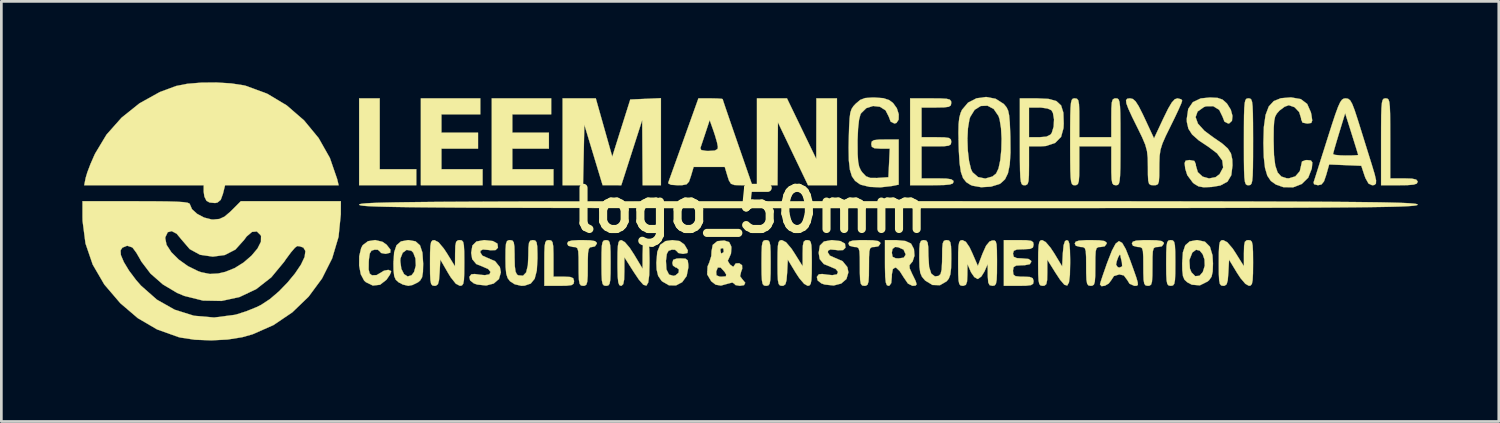
<source format=kicad_pcb>
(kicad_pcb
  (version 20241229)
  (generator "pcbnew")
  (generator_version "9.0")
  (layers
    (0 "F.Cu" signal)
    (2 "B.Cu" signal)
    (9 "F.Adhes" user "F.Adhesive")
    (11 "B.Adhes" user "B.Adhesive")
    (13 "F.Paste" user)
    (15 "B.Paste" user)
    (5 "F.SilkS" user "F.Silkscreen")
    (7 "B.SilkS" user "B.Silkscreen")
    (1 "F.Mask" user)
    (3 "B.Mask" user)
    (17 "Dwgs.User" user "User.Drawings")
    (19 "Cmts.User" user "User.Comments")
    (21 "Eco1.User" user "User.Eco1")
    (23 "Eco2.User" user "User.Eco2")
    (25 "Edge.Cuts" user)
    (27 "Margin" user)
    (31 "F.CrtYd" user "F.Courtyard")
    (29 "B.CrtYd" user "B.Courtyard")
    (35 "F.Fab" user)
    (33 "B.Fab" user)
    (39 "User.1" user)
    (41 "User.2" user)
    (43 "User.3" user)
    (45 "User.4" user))
  (footprint "logo_50mm"
    (layer "F.Cu")
    (at 24.728 4.741)
    (property "Reference" "logo_50mm" (at 0 0 0) (layer "F.SilkS") (effects (font (size 1.524 1.524) (thickness 0.3))))
    (attr through_hole)
    (fp_poly (pts (xy -13.716 -1.524) (xy -12.361 -1.524) (xy -12.361 -0.931) (xy -14.478 -0.931) (xy -14.478 -4.149) (xy -13.716 -4.149) (xy -13.716 -1.524)) (stroke (width 0.01) (type solid)) (fill yes) (layer "F.SilkS"))
    (fp_poly (pts (xy -9.991 -3.556) (xy -11.43 -3.556) (xy -11.43 -2.879) (xy -10.075 -2.879) (xy -10.075 -2.286) (xy -11.43 -2.286) (xy -11.43 -1.524) (xy -9.906 -1.524) (xy -9.906 -0.931) (xy -12.192 -0.931) (xy -12.192 -4.149) (xy -9.991 -4.149) (xy -9.991 -3.556)) (stroke (width 0.01) (type solid)) (fill yes) (layer "F.SilkS"))
    (fp_poly (pts (xy -7.366 -3.556) (xy -8.805 -3.556) (xy -8.805 -2.879) (xy -7.451 -2.879) (xy -7.451 -2.286) (xy -8.805 -2.286) (xy -8.805 -1.524) (xy -7.281 -1.524) (xy -7.281 -0.931) (xy -9.567 -0.931) (xy -9.567 -4.149) (xy -7.366 -4.149) (xy -7.366 -3.556)) (stroke (width 0.01) (type solid)) (fill yes) (layer "F.SilkS"))
    (fp_poly (pts (xy 1.908 -3.027) (xy 2.451 -1.905) (xy 2.453 -3.027) (xy 2.455 -4.149) (xy 3.217 -4.149) (xy 3.217 -0.931) (xy 2.146 -0.931) (xy 1.588 -2.095) (xy 1.031 -3.26) (xy 1.016 -0.931) (xy 0.254 -0.931) (xy 0.254 -4.149) (xy 1.366 -4.149) (xy 1.908 -3.027)) (stroke (width 0.01) (type solid)) (fill yes) (layer "F.SilkS"))
    (fp_poly (pts (xy -3.302 -0.931) (xy -3.979 -0.931) (xy -3.995 -3.344) (xy -4.77 -0.931) (xy -5.116 -0.932) (xy -5.461 -0.932) (xy -5.8 -2.054) (xy -6.138 -3.175) (xy -6.162 -2.053) (xy -6.186 -0.931) (xy -6.943 -0.931) (xy -6.943 -4.149) (xy -5.714 -4.149) (xy -5.409 -3.069) (xy -5.104 -1.99) (xy -4.771 -3.048) (xy -4.437 -4.106) (xy -3.87 -4.131) (xy -3.302 -4.156) (xy -3.302 -0.931)) (stroke (width 0.01) (type solid)) (fill yes) (layer "F.SilkS"))
    (fp_poly (pts (xy -7.366 1.115) (xy -7.316 1.18) (xy -7.29 1.33) (xy -7.282 1.599) (xy -7.281 1.778) (xy -7.281 2.455) (xy -6.9 2.455) (xy -6.662 2.466) (xy -6.55 2.512) (xy -6.519 2.613) (xy -6.519 2.625) (xy -6.536 2.716) (xy -6.613 2.767) (xy -6.786 2.789) (xy -7.07 2.794) (xy -7.62 2.794) (xy -7.62 1.947) (xy -7.618 1.562) (xy -7.607 1.315) (xy -7.581 1.177) (xy -7.534 1.115) (xy -7.46 1.101) (xy -7.451 1.101) (xy -7.366 1.115)) (stroke (width 0.01) (type solid)) (fill yes) (layer "F.SilkS"))
    (fp_poly (pts (xy -5.257 1.112) (xy -5.208 1.168) (xy -5.18 1.297) (xy -5.168 1.532) (xy -5.165 1.902) (xy -5.165 1.947) (xy -5.167 2.333) (xy -5.178 2.579) (xy -5.204 2.718) (xy -5.251 2.779) (xy -5.325 2.794) (xy -5.334 2.794) (xy -5.411 2.782) (xy -5.46 2.727) (xy -5.488 2.597) (xy -5.5 2.363) (xy -5.503 1.993) (xy -5.503 1.947) (xy -5.501 1.562) (xy -5.49 1.315) (xy -5.464 1.177) (xy -5.417 1.115) (xy -5.343 1.101) (xy -5.334 1.101) (xy -5.257 1.112)) (stroke (width 0.01) (type solid)) (fill yes) (layer "F.SilkS"))
    (fp_poly (pts (xy 0.67 1.112) (xy 0.719 1.168) (xy 0.747 1.297) (xy 0.759 1.532) (xy 0.762 1.902) (xy 0.762 1.947) (xy 0.76 2.333) (xy 0.749 2.579) (xy 0.723 2.718) (xy 0.676 2.779) (xy 0.602 2.794) (xy 0.593 2.794) (xy 0.516 2.782) (xy 0.466 2.727) (xy 0.439 2.597) (xy 0.426 2.363) (xy 0.423 1.993) (xy 0.423 1.947) (xy 0.426 1.562) (xy 0.437 1.315) (xy 0.463 1.177) (xy 0.51 1.115) (xy 0.584 1.101) (xy 0.593 1.101) (xy 0.67 1.112)) (stroke (width 0.01) (type solid)) (fill yes) (layer "F.SilkS"))
    (fp_poly (pts (xy 15.656 1.112) (xy 15.705 1.168) (xy 15.733 1.297) (xy 15.745 1.532) (xy 15.748 1.902) (xy 15.748 1.947) (xy 15.746 2.333) (xy 15.735 2.579) (xy 15.709 2.718) (xy 15.662 2.779) (xy 15.588 2.794) (xy 15.579 2.794) (xy 15.502 2.782) (xy 15.452 2.727) (xy 15.425 2.597) (xy 15.412 2.363) (xy 15.409 1.993) (xy 15.409 1.947) (xy 15.412 1.562) (xy 15.423 1.315) (xy 15.449 1.177) (xy 15.496 1.115) (xy 15.57 1.101) (xy 15.579 1.101) (xy 15.656 1.112)) (stroke (width 0.01) (type solid)) (fill yes) (layer "F.SilkS"))
    (fp_poly (pts (xy 23.598 -4.141) (xy 23.643 -4.104) (xy 23.673 -4.012) (xy 23.692 -3.844) (xy 23.702 -3.576) (xy 23.706 -3.184) (xy 23.707 -2.667) (xy 23.707 -1.185) (xy 24.215 -1.185) (xy 24.51 -1.176) (xy 24.668 -1.141) (xy 24.722 -1.074) (xy 24.723 -1.058) (xy 24.691 -0.993) (xy 24.575 -0.954) (xy 24.345 -0.935) (xy 24.045 -0.931) (xy 23.368 -0.931) (xy 23.368 -2.54) (xy 23.369 -3.099) (xy 23.372 -3.51) (xy 23.382 -3.798) (xy 23.399 -3.983) (xy 23.425 -4.088) (xy 23.465 -4.136) (xy 23.519 -4.148) (xy 23.537 -4.149) (xy 23.598 -4.141)) (stroke (width 0.01) (type solid)) (fill yes) (layer "F.SilkS"))
    (fp_poly (pts (xy -5.914 1.109) (xy -5.743 1.139) (xy -5.677 1.199) (xy -5.673 1.228) (xy -5.743 1.331) (xy -5.842 1.355) (xy -5.924 1.368) (xy -5.975 1.43) (xy -6.001 1.575) (xy -6.01 1.834) (xy -6.011 2.074) (xy -6.014 2.424) (xy -6.029 2.638) (xy -6.063 2.749) (xy -6.124 2.789) (xy -6.181 2.794) (xy -6.263 2.781) (xy -6.313 2.718) (xy -6.339 2.574) (xy -6.349 2.315) (xy -6.35 2.074) (xy -6.352 1.726) (xy -6.364 1.513) (xy -6.397 1.403) (xy -6.46 1.361) (xy -6.562 1.355) (xy -6.732 1.311) (xy -6.773 1.228) (xy -6.737 1.156) (xy -6.605 1.117) (xy -6.348 1.102) (xy -6.223 1.101) (xy -5.914 1.109)) (stroke (width 0.01) (type solid)) (fill yes) (layer "F.SilkS"))
    (fp_poly (pts (xy 4.555 1.108) (xy 4.74 1.135) (xy 4.817 1.188) (xy 4.826 1.228) (xy 4.752 1.33) (xy 4.614 1.355) (xy 4.512 1.361) (xy 4.449 1.403) (xy 4.417 1.515) (xy 4.405 1.729) (xy 4.403 2.074) (xy 4.4 2.424) (xy 4.385 2.638) (xy 4.351 2.749) (xy 4.29 2.789) (xy 4.233 2.794) (xy 4.151 2.781) (xy 4.101 2.718) (xy 4.075 2.574) (xy 4.065 2.315) (xy 4.064 2.074) (xy 4.062 1.726) (xy 4.05 1.513) (xy 4.017 1.403) (xy 3.954 1.361) (xy 3.852 1.355) (xy 3.682 1.311) (xy 3.641 1.228) (xy 3.676 1.159) (xy 3.801 1.119) (xy 4.048 1.103) (xy 4.233 1.101) (xy 4.555 1.108)) (stroke (width 0.01) (type solid)) (fill yes) (layer "F.SilkS"))
    (fp_poly (pts (xy 12.937 1.108) (xy 13.122 1.135) (xy 13.199 1.188) (xy 13.208 1.228) (xy 13.134 1.33) (xy 12.996 1.355) (xy 12.894 1.361) (xy 12.831 1.403) (xy 12.799 1.515) (xy 12.787 1.729) (xy 12.785 2.074) (xy 12.782 2.424) (xy 12.767 2.638) (xy 12.733 2.749) (xy 12.672 2.789) (xy 12.615 2.794) (xy 12.533 2.781) (xy 12.483 2.718) (xy 12.457 2.574) (xy 12.447 2.315) (xy 12.446 2.074) (xy 12.444 1.726) (xy 12.432 1.513) (xy 12.399 1.403) (xy 12.336 1.361) (xy 12.234 1.355) (xy 12.064 1.311) (xy 12.023 1.228) (xy 12.058 1.159) (xy 12.183 1.119) (xy 12.43 1.103) (xy 12.615 1.101) (xy 12.937 1.108)) (stroke (width 0.01) (type solid)) (fill yes) (layer "F.SilkS"))
    (fp_poly (pts (xy 15.054 1.108) (xy 15.238 1.135) (xy 15.316 1.188) (xy 15.325 1.228) (xy 15.251 1.33) (xy 15.113 1.355) (xy 15.011 1.361) (xy 14.948 1.403) (xy 14.915 1.515) (xy 14.903 1.729) (xy 14.901 2.074) (xy 14.898 2.424) (xy 14.884 2.638) (xy 14.85 2.749) (xy 14.789 2.789) (xy 14.732 2.794) (xy 14.65 2.781) (xy 14.599 2.718) (xy 14.573 2.574) (xy 14.564 2.315) (xy 14.563 2.074) (xy 14.561 1.726) (xy 14.548 1.513) (xy 14.516 1.403) (xy 14.453 1.361) (xy 14.351 1.355) (xy 14.181 1.311) (xy 14.139 1.228) (xy 14.174 1.159) (xy 14.3 1.119) (xy 14.546 1.103) (xy 14.732 1.101) (xy 15.054 1.108)) (stroke (width 0.01) (type solid)) (fill yes) (layer "F.SilkS"))
    (fp_poly (pts (xy 18.516 -4.142) (xy 18.559 -4.106) (xy 18.59 -4.019) (xy 18.609 -3.859) (xy 18.62 -3.603) (xy 18.625 -3.228) (xy 18.627 -2.713) (xy 18.627 -2.54) (xy 18.626 -1.981) (xy 18.622 -1.57) (xy 18.613 -1.282) (xy 18.596 -1.097) (xy 18.569 -0.992) (xy 18.53 -0.944) (xy 18.476 -0.932) (xy 18.457 -0.931) (xy 18.399 -0.938) (xy 18.355 -0.974) (xy 18.325 -1.061) (xy 18.305 -1.221) (xy 18.294 -1.477) (xy 18.289 -1.852) (xy 18.288 -2.367) (xy 18.288 -2.54) (xy 18.289 -3.099) (xy 18.292 -3.51) (xy 18.302 -3.798) (xy 18.319 -3.983) (xy 18.345 -4.088) (xy 18.385 -4.136) (xy 18.439 -4.148) (xy 18.457 -4.149) (xy 18.516 -4.142)) (stroke (width 0.01) (type solid)) (fill yes) (layer "F.SilkS"))
    (fp_poly (pts (xy -19.214 -4.702) (xy -18.746 -4.63) (xy -18.673 -4.612) (xy -17.886 -4.322) (xy -17.161 -3.889) (xy -16.519 -3.334) (xy -15.978 -2.678) (xy -15.562 -1.943) (xy -15.293 -1.164) (xy -15.237 -0.931) (xy -19.443 -0.931) (xy -19.522 -0.614) (xy -19.603 -0.391) (xy -19.723 -0.291) (xy -19.813 -0.272) (xy -20.016 -0.291) (xy -20.13 -0.352) (xy -20.209 -0.511) (xy -20.235 -0.694) (xy -20.235 -0.931) (xy -24.659 -0.931) (xy -24.605 -1.206) (xy -24.542 -1.416) (xy -24.427 -1.717) (xy -24.281 -2.05) (xy -24.256 -2.103) (xy -23.834 -2.805) (xy -23.276 -3.433) (xy -22.609 -3.967) (xy -21.859 -4.383) (xy -21.257 -4.606) (xy -20.842 -4.688) (xy -20.322 -4.731) (xy -19.759 -4.736) (xy -19.214 -4.702)) (stroke (width 0.01) (type solid)) (fill yes) (layer "F.SilkS"))
    (fp_poly (pts (xy 7.051 -4.146) (xy 7.276 -4.133) (xy 7.396 -4.102) (xy 7.443 -4.046) (xy 7.451 -3.979) (xy 7.434 -3.888) (xy 7.357 -3.837) (xy 7.184 -3.815) (xy 6.9 -3.81) (xy 6.35 -3.81) (xy 6.35 -2.709) (xy 6.9 -2.709) (xy 7.198 -2.704) (xy 7.364 -2.681) (xy 7.436 -2.627) (xy 7.451 -2.54) (xy 7.434 -2.448) (xy 7.357 -2.397) (xy 7.184 -2.375) (xy 6.9 -2.371) (xy 6.35 -2.371) (xy 6.35 -1.185) (xy 6.943 -1.185) (xy 7.265 -1.178) (xy 7.449 -1.151) (xy 7.527 -1.098) (xy 7.535 -1.058) (xy 7.507 -0.998) (xy 7.401 -0.959) (xy 7.191 -0.939) (xy 6.848 -0.932) (xy 6.731 -0.931) (xy 5.927 -0.931) (xy 5.927 -4.149) (xy 6.689 -4.149) (xy 7.051 -4.146)) (stroke (width 0.01) (type solid)) (fill yes) (layer "F.SilkS"))
    (fp_poly (pts (xy -3.793 1.129) (xy -3.755 1.231) (xy -3.734 1.436) (xy -3.726 1.771) (xy -3.725 1.947) (xy -3.735 2.39) (xy -3.771 2.669) (xy -3.841 2.788) (xy -3.954 2.753) (xy -4.117 2.566) (xy -4.319 2.265) (xy -4.655 1.736) (xy -4.656 2.265) (xy -4.665 2.567) (xy -4.698 2.732) (xy -4.762 2.792) (xy -4.784 2.794) (xy -4.843 2.766) (xy -4.881 2.664) (xy -4.902 2.459) (xy -4.91 2.124) (xy -4.911 1.947) (xy -4.908 1.56) (xy -4.895 1.311) (xy -4.868 1.172) (xy -4.82 1.113) (xy -4.763 1.103) (xy -4.636 1.177) (xy -4.461 1.382) (xy -4.297 1.632) (xy -3.981 2.159) (xy -3.98 1.63) (xy -3.97 1.328) (xy -3.938 1.163) (xy -3.875 1.103) (xy -3.852 1.101) (xy -3.793 1.129)) (stroke (width 0.01) (type solid)) (fill yes) (layer "F.SilkS"))
    (fp_poly (pts (xy 11.788 1.132) (xy 11.825 1.243) (xy 11.845 1.462) (xy 11.853 1.814) (xy 11.853 1.947) (xy 11.844 2.388) (xy 11.81 2.666) (xy 11.744 2.785) (xy 11.637 2.752) (xy 11.483 2.572) (xy 11.31 2.31) (xy 11.007 1.826) (xy 11.007 2.31) (xy 11 2.585) (xy 10.97 2.731) (xy 10.904 2.787) (xy 10.837 2.794) (xy 10.76 2.782) (xy 10.711 2.727) (xy 10.683 2.597) (xy 10.671 2.363) (xy 10.668 1.993) (xy 10.668 1.947) (xy 10.671 1.56) (xy 10.684 1.311) (xy 10.711 1.172) (xy 10.759 1.112) (xy 10.818 1.101) (xy 10.949 1.174) (xy 11.124 1.379) (xy 11.262 1.587) (xy 11.557 2.074) (xy 11.582 1.587) (xy 11.611 1.291) (xy 11.663 1.138) (xy 11.731 1.101) (xy 11.788 1.132)) (stroke (width 0.01) (type solid)) (fill yes) (layer "F.SilkS"))
    (fp_poly (pts (xy 16.845 1.16) (xy 17.028 1.343) (xy 17.124 1.661) (xy 17.142 1.963) (xy 17.132 2.266) (xy 17.09 2.455) (xy 17.001 2.583) (xy 16.944 2.633) (xy 16.655 2.777) (xy 16.359 2.752) (xy 16.19 2.662) (xy 16.088 2.568) (xy 16.031 2.435) (xy 16.006 2.217) (xy 16.002 1.956) (xy 16.01 1.839) (xy 16.268 1.839) (xy 16.288 2.153) (xy 16.344 2.292) (xy 16.485 2.436) (xy 16.645 2.421) (xy 16.766 2.282) (xy 16.837 2.053) (xy 16.829 1.821) (xy 16.761 1.623) (xy 16.651 1.49) (xy 16.517 1.458) (xy 16.379 1.56) (xy 16.378 1.561) (xy 16.268 1.839) (xy 16.01 1.839) (xy 16.028 1.554) (xy 16.116 1.292) (xy 16.281 1.149) (xy 16.537 1.101) (xy 16.567 1.101) (xy 16.845 1.16)) (stroke (width 0.01) (type solid)) (fill yes) (layer "F.SilkS"))
    (fp_poly (pts (xy -13.616 1.163) (xy -13.462 1.27) (xy -13.317 1.455) (xy -13.325 1.567) (xy -13.485 1.608) (xy -13.504 1.609) (xy -13.663 1.578) (xy -13.716 1.518) (xy -13.786 1.458) (xy -13.906 1.455) (xy -14.022 1.493) (xy -14.084 1.597) (xy -14.115 1.809) (xy -14.122 1.916) (xy -14.126 2.188) (xy -14.088 2.337) (xy -14.004 2.404) (xy -13.829 2.396) (xy -13.718 2.33) (xy -13.558 2.234) (xy -13.398 2.203) (xy -13.3 2.244) (xy -13.293 2.275) (xy -13.341 2.386) (xy -13.457 2.557) (xy -13.468 2.571) (xy -13.703 2.754) (xy -13.97 2.784) (xy -14.231 2.657) (xy -14.294 2.598) (xy -14.417 2.367) (xy -14.478 2.044) (xy -14.475 1.698) (xy -14.403 1.396) (xy -14.346 1.289) (xy -14.15 1.141) (xy -13.885 1.099) (xy -13.616 1.163)) (stroke (width 0.01) (type solid)) (fill yes) (layer "F.SilkS"))
    (fp_poly (pts (xy -12.39 1.146) (xy -12.224 1.294) (xy -12.134 1.565) (xy -12.107 1.97) (xy -12.115 2.284) (xy -12.147 2.477) (xy -12.217 2.596) (xy -12.296 2.662) (xy -12.503 2.764) (xy -12.658 2.794) (xy -12.86 2.746) (xy -13.02 2.662) (xy -13.122 2.568) (xy -13.179 2.435) (xy -13.204 2.217) (xy -13.208 1.956) (xy -13.203 1.879) (xy -12.954 1.879) (xy -12.915 2.165) (xy -12.815 2.361) (xy -12.68 2.447) (xy -12.536 2.402) (xy -12.444 2.282) (xy -12.379 2.044) (xy -12.392 1.781) (xy -12.474 1.566) (xy -12.545 1.495) (xy -12.719 1.463) (xy -12.865 1.569) (xy -12.947 1.779) (xy -12.954 1.879) (xy -13.203 1.879) (xy -13.182 1.554) (xy -13.094 1.292) (xy -12.929 1.149) (xy -12.673 1.101) (xy -12.643 1.101) (xy -12.39 1.146)) (stroke (width 0.01) (type solid)) (fill yes) (layer "F.SilkS"))
    (fp_poly (pts (xy -9.523 1.136) (xy -9.356 1.231) (xy -9.337 1.378) (xy -9.339 1.384) (xy -9.424 1.47) (xy -9.61 1.477) (xy -9.69 1.466) (xy -9.895 1.448) (xy -9.98 1.493) (xy -9.991 1.554) (xy -9.915 1.675) (xy -9.758 1.745) (xy -9.444 1.881) (xy -9.266 2.101) (xy -9.229 2.294) (xy -9.301 2.542) (xy -9.494 2.709) (xy -9.774 2.782) (xy -10.105 2.747) (xy -10.23 2.704) (xy -10.368 2.595) (xy -10.397 2.464) (xy -10.324 2.368) (xy -10.199 2.356) (xy -9.979 2.385) (xy -9.821 2.399) (xy -9.653 2.369) (xy -9.613 2.279) (xy -9.698 2.173) (xy -9.848 2.107) (xy -10.14 1.987) (xy -10.291 1.805) (xy -10.329 1.573) (xy -10.284 1.302) (xy -10.134 1.152) (xy -9.857 1.102) (xy -9.826 1.102) (xy -9.523 1.136)) (stroke (width 0.01) (type solid)) (fill yes) (layer "F.SilkS"))
    (fp_poly (pts (xy 3.346 1.136) (xy 3.514 1.231) (xy 3.533 1.378) (xy 3.53 1.384) (xy 3.445 1.47) (xy 3.26 1.477) (xy 3.179 1.466) (xy 2.974 1.448) (xy 2.889 1.493) (xy 2.879 1.554) (xy 2.954 1.675) (xy 3.111 1.745) (xy 3.425 1.881) (xy 3.603 2.101) (xy 3.641 2.294) (xy 3.568 2.542) (xy 3.375 2.709) (xy 3.095 2.782) (xy 2.765 2.747) (xy 2.64 2.704) (xy 2.502 2.595) (xy 2.472 2.464) (xy 2.546 2.368) (xy 2.67 2.356) (xy 2.891 2.385) (xy 3.048 2.399) (xy 3.217 2.369) (xy 3.256 2.279) (xy 3.172 2.173) (xy 3.021 2.107) (xy 2.73 1.987) (xy 2.578 1.805) (xy 2.54 1.573) (xy 2.585 1.302) (xy 2.735 1.152) (xy 3.012 1.102) (xy 3.044 1.102) (xy 3.346 1.136)) (stroke (width 0.01) (type solid)) (fill yes) (layer "F.SilkS"))
    (fp_poly (pts (xy -7.959 1.115) (xy -7.908 1.18) (xy -7.883 1.33) (xy -7.875 1.599) (xy -7.874 1.778) (xy -7.898 2.225) (xy -7.977 2.53) (xy -8.123 2.71) (xy -8.349 2.787) (xy -8.467 2.794) (xy -8.715 2.737) (xy -8.89 2.625) (xy -8.978 2.508) (xy -9.03 2.348) (xy -9.054 2.101) (xy -9.059 1.778) (xy -9.056 1.441) (xy -9.04 1.238) (xy -9.002 1.137) (xy -8.935 1.103) (xy -8.89 1.101) (xy -8.803 1.116) (xy -8.752 1.185) (xy -8.728 1.343) (xy -8.721 1.626) (xy -8.721 1.727) (xy -8.713 2.065) (xy -8.685 2.27) (xy -8.631 2.376) (xy -8.583 2.405) (xy -8.409 2.419) (xy -8.292 2.296) (xy -8.229 2.026) (xy -8.213 1.683) (xy -8.208 1.375) (xy -8.187 1.199) (xy -8.138 1.12) (xy -8.052 1.101) (xy -8.043 1.101) (xy -7.959 1.115)) (stroke (width 0.01) (type solid)) (fill yes) (layer "F.SilkS"))
    (fp_poly (pts (xy 10.246 1.106) (xy 10.412 1.129) (xy 10.484 1.183) (xy 10.499 1.27) (xy 10.474 1.376) (xy 10.37 1.426) (xy 10.145 1.439) (xy 10.118 1.439) (xy 9.88 1.45) (xy 9.767 1.496) (xy 9.737 1.597) (xy 9.737 1.609) (xy 9.765 1.719) (xy 9.88 1.768) (xy 10.075 1.778) (xy 10.311 1.799) (xy 10.408 1.868) (xy 10.414 1.905) (xy 10.358 1.993) (xy 10.173 2.03) (xy 10.075 2.032) (xy 9.857 2.044) (xy 9.76 2.098) (xy 9.737 2.225) (xy 9.737 2.244) (xy 9.752 2.374) (xy 9.83 2.436) (xy 10.015 2.455) (xy 10.118 2.455) (xy 10.356 2.466) (xy 10.468 2.512) (xy 10.499 2.613) (xy 10.499 2.625) (xy 10.482 2.716) (xy 10.405 2.767) (xy 10.232 2.789) (xy 9.948 2.794) (xy 9.398 2.794) (xy 9.398 1.101) (xy 9.948 1.101) (xy 10.246 1.106)) (stroke (width 0.01) (type solid)) (fill yes) (layer "F.SilkS"))
    (fp_poly (pts (xy 2.194 1.112) (xy 2.243 1.168) (xy 2.271 1.297) (xy 2.283 1.532) (xy 2.286 1.902) (xy 2.286 1.947) (xy 2.283 2.335) (xy 2.271 2.583) (xy 2.243 2.722) (xy 2.196 2.782) (xy 2.135 2.794) (xy 2 2.719) (xy 1.822 2.51) (xy 1.69 2.309) (xy 1.397 1.824) (xy 1.372 2.309) (xy 1.349 2.587) (xy 1.309 2.734) (xy 1.235 2.789) (xy 1.181 2.794) (xy 1.106 2.781) (xy 1.058 2.723) (xy 1.031 2.589) (xy 1.019 2.348) (xy 1.016 1.97) (xy 1.016 1.947) (xy 1.019 1.561) (xy 1.03 1.314) (xy 1.056 1.176) (xy 1.103 1.114) (xy 1.177 1.101) (xy 1.179 1.101) (xy 1.332 1.18) (xy 1.53 1.412) (xy 1.644 1.585) (xy 1.947 2.069) (xy 1.947 1.585) (xy 1.954 1.309) (xy 1.984 1.163) (xy 2.05 1.107) (xy 2.117 1.101) (xy 2.194 1.112)) (stroke (width 0.01) (type solid)) (fill yes) (layer "F.SilkS"))
    (fp_poly (pts (xy 7.366 1.115) (xy 7.416 1.18) (xy 7.442 1.33) (xy 7.45 1.599) (xy 7.451 1.778) (xy 7.444 2.138) (xy 7.417 2.372) (xy 7.361 2.524) (xy 7.281 2.625) (xy 7.031 2.771) (xy 6.754 2.762) (xy 6.487 2.6) (xy 6.473 2.586) (xy 6.365 2.458) (xy 6.302 2.312) (xy 6.273 2.099) (xy 6.265 1.77) (xy 6.265 1.74) (xy 6.269 1.414) (xy 6.287 1.222) (xy 6.329 1.13) (xy 6.403 1.102) (xy 6.435 1.101) (xy 6.524 1.117) (xy 6.575 1.19) (xy 6.598 1.356) (xy 6.604 1.653) (xy 6.604 1.683) (xy 6.63 2.092) (xy 6.71 2.344) (xy 6.847 2.445) (xy 6.984 2.425) (xy 7.053 2.357) (xy 7.094 2.196) (xy 7.11 1.912) (xy 7.112 1.738) (xy 7.116 1.413) (xy 7.134 1.222) (xy 7.176 1.13) (xy 7.25 1.102) (xy 7.281 1.101) (xy 7.366 1.115)) (stroke (width 0.01) (type solid)) (fill yes) (layer "F.SilkS"))
    (fp_poly (pts (xy 13.78 1.205) (xy 13.911 1.431) (xy 14.06 1.805) (xy 14.209 2.217) (xy 14.306 2.494) (xy 14.355 2.665) (xy 14.361 2.755) (xy 14.327 2.789) (xy 14.258 2.794) (xy 14.228 2.794) (xy 14.052 2.716) (xy 13.97 2.582) (xy 13.842 2.41) (xy 13.674 2.371) (xy 13.475 2.432) (xy 13.377 2.582) (xy 13.283 2.707) (xy 13.143 2.789) (xy 13.016 2.808) (xy 12.958 2.742) (xy 12.959 2.731) (xy 12.988 2.628) (xy 13.062 2.405) (xy 13.169 2.099) (xy 13.2 2.011) (xy 13.553 2.011) (xy 13.616 2.102) (xy 13.684 2.117) (xy 13.779 2.072) (xy 13.769 1.926) (xy 13.726 1.74) (xy 13.711 1.651) (xy 13.684 1.643) (xy 13.631 1.738) (xy 13.579 1.881) (xy 13.553 2.011) (xy 13.2 2.011) (xy 13.238 1.905) (xy 13.402 1.487) (xy 13.538 1.232) (xy 13.66 1.138) (xy 13.78 1.205)) (stroke (width 0.01) (type solid)) (fill yes) (layer "F.SilkS"))
    (fp_poly (pts (xy 18.534 1.112) (xy 18.584 1.168) (xy 18.611 1.297) (xy 18.624 1.532) (xy 18.627 1.902) (xy 18.627 1.947) (xy 18.624 2.335) (xy 18.611 2.583) (xy 18.584 2.722) (xy 18.537 2.782) (xy 18.475 2.794) (xy 18.341 2.719) (xy 18.163 2.51) (xy 18.031 2.309) (xy 17.738 1.824) (xy 17.712 2.309) (xy 17.69 2.587) (xy 17.649 2.734) (xy 17.576 2.789) (xy 17.522 2.794) (xy 17.447 2.781) (xy 17.398 2.723) (xy 17.371 2.589) (xy 17.359 2.348) (xy 17.357 1.97) (xy 17.357 1.947) (xy 17.359 1.561) (xy 17.371 1.314) (xy 17.397 1.176) (xy 17.444 1.114) (xy 17.518 1.101) (xy 17.519 1.101) (xy 17.672 1.18) (xy 17.871 1.412) (xy 17.985 1.585) (xy 18.288 2.069) (xy 18.288 1.585) (xy 18.295 1.309) (xy 18.324 1.163) (xy 18.391 1.107) (xy 18.457 1.101) (xy 18.534 1.112)) (stroke (width 0.01) (type solid)) (fill yes) (layer "F.SilkS"))
    (fp_poly (pts (xy -10.676 1.112) (xy -10.626 1.168) (xy -10.599 1.297) (xy -10.586 1.532) (xy -10.583 1.902) (xy -10.583 1.947) (xy -10.586 2.333) (xy -10.597 2.58) (xy -10.624 2.719) (xy -10.671 2.78) (xy -10.744 2.794) (xy -10.746 2.794) (xy -10.898 2.715) (xy -11.088 2.476) (xy -11.191 2.307) (xy -11.472 1.82) (xy -11.498 2.307) (xy -11.52 2.586) (xy -11.56 2.733) (xy -11.633 2.789) (xy -11.688 2.794) (xy -11.763 2.781) (xy -11.812 2.723) (xy -11.839 2.589) (xy -11.851 2.348) (xy -11.853 1.97) (xy -11.853 1.947) (xy -11.851 1.561) (xy -11.839 1.314) (xy -11.813 1.175) (xy -11.766 1.114) (xy -11.692 1.101) (xy -11.691 1.101) (xy -11.538 1.18) (xy -11.341 1.415) (xy -11.227 1.587) (xy -10.927 2.074) (xy -10.924 1.587) (xy -10.916 1.311) (xy -10.886 1.164) (xy -10.82 1.108) (xy -10.753 1.101) (xy -10.676 1.112)) (stroke (width 0.01) (type solid)) (fill yes) (layer "F.SilkS"))
    (fp_poly (pts (xy 11.052 -4.128) (xy 11.342 -4.049) (xy 11.518 -3.887) (xy 11.602 -3.618) (xy 11.615 -3.218) (xy 11.607 -3.048) (xy 11.517 -2.721) (xy 11.297 -2.498) (xy 10.954 -2.384) (xy 10.748 -2.371) (xy 10.329 -2.371) (xy 10.329 -1.651) (xy 10.326 -1.301) (xy 10.312 -1.087) (xy 10.278 -0.977) (xy 10.217 -0.936) (xy 10.16 -0.931) (xy 10.101 -0.938) (xy 10.058 -0.974) (xy 10.028 -1.061) (xy 10.008 -1.221) (xy 9.997 -1.477) (xy 9.992 -1.852) (xy 9.991 -2.367) (xy 9.991 -2.54) (xy 9.991 -3.81) (xy 10.329 -3.81) (xy 10.329 -2.709) (xy 10.707 -2.709) (xy 10.974 -2.731) (xy 11.125 -2.806) (xy 11.173 -2.873) (xy 11.242 -3.101) (xy 11.256 -3.37) (xy 11.216 -3.606) (xy 11.159 -3.708) (xy 11.016 -3.772) (xy 10.78 -3.807) (xy 10.693 -3.81) (xy 10.329 -3.81) (xy 9.991 -3.81) (xy 9.991 -4.149) (xy 10.626 -4.149) (xy 11.052 -4.128)) (stroke (width 0.01) (type solid)) (fill yes) (layer "F.SilkS"))
    (fp_poly (pts (xy -2.612 1.135) (xy -2.443 1.256) (xy -2.418 1.289) (xy -2.306 1.48) (xy -2.319 1.578) (xy -2.465 1.608) (xy -2.498 1.609) (xy -2.657 1.578) (xy -2.709 1.518) (xy -2.779 1.458) (xy -2.9 1.455) (xy -3.021 1.498) (xy -3.084 1.613) (xy -3.114 1.848) (xy -3.116 1.87) (xy -3.098 2.186) (xy -3.002 2.376) (xy -2.838 2.425) (xy -2.762 2.405) (xy -2.648 2.308) (xy -2.635 2.189) (xy -2.724 2.119) (xy -2.752 2.117) (xy -2.855 2.046) (xy -2.879 1.947) (xy -2.846 1.831) (xy -2.716 1.784) (xy -2.582 1.778) (xy -2.392 1.788) (xy -2.308 1.852) (xy -2.287 2.019) (xy -2.286 2.113) (xy -2.349 2.43) (xy -2.514 2.658) (xy -2.744 2.779) (xy -3.004 2.775) (xy -3.256 2.63) (xy -3.287 2.598) (xy -3.405 2.424) (xy -3.461 2.191) (xy -3.471 1.94) (xy -3.438 1.538) (xy -3.329 1.276) (xy -3.132 1.137) (xy -2.879 1.101) (xy -2.612 1.135)) (stroke (width 0.01) (type solid)) (fill yes) (layer "F.SilkS"))
    (fp_poly (pts (xy 15.968 -4.114) (xy 16.002 -4.062) (xy 15.966 -3.956) (xy 15.868 -3.733) (xy 15.724 -3.428) (xy 15.579 -3.133) (xy 15.392 -2.753) (xy 15.27 -2.474) (xy 15.199 -2.246) (xy 15.166 -2.019) (xy 15.156 -1.744) (xy 15.155 -1.61) (xy 15.153 -1.274) (xy 15.139 -1.072) (xy 15.103 -0.971) (xy 15.033 -0.936) (xy 14.944 -0.931) (xy 14.839 -0.939) (xy 14.776 -0.983) (xy 14.744 -1.1) (xy 14.733 -1.322) (xy 14.732 -1.61) (xy 14.726 -1.941) (xy 14.699 -2.196) (xy 14.635 -2.432) (xy 14.519 -2.707) (xy 14.362 -3.029) (xy 14.148 -3.461) (xy 14.008 -3.766) (xy 13.934 -3.966) (xy 13.923 -4.081) (xy 13.967 -4.135) (xy 14.061 -4.149) (xy 14.071 -4.149) (xy 14.176 -4.125) (xy 14.276 -4.037) (xy 14.392 -3.857) (xy 14.544 -3.557) (xy 14.614 -3.408) (xy 14.959 -2.667) (xy 15.306 -3.408) (xy 15.483 -3.769) (xy 15.618 -3.997) (xy 15.727 -4.115) (xy 15.827 -4.149) (xy 15.968 -4.114)) (stroke (width 0.01) (type solid)) (fill yes) (layer "F.SilkS"))
    (fp_poly (pts (xy 5.748 1.133) (xy 5.955 1.226) (xy 5.963 1.234) (xy 6.069 1.433) (xy 6.088 1.679) (xy 6.019 1.892) (xy 5.972 1.945) (xy 5.903 2.031) (xy 5.911 2.148) (xy 6.001 2.35) (xy 6.014 2.376) (xy 6.131 2.614) (xy 6.168 2.738) (xy 6.127 2.786) (xy 6.013 2.794) (xy 5.846 2.71) (xy 5.677 2.464) (xy 5.673 2.455) (xy 5.542 2.25) (xy 5.416 2.13) (xy 5.375 2.117) (xy 5.287 2.175) (xy 5.251 2.365) (xy 5.249 2.455) (xy 5.228 2.691) (xy 5.159 2.788) (xy 5.122 2.794) (xy 5.063 2.766) (xy 5.025 2.664) (xy 5.004 2.459) (xy 4.996 2.124) (xy 4.995 1.947) (xy 4.995 1.566) (xy 5.249 1.566) (xy 5.277 1.718) (xy 5.393 1.773) (xy 5.503 1.778) (xy 5.691 1.75) (xy 5.756 1.649) (xy 5.757 1.618) (xy 5.683 1.452) (xy 5.481 1.363) (xy 5.369 1.355) (xy 5.275 1.428) (xy 5.249 1.566) (xy 4.995 1.566) (xy 4.995 1.101) (xy 5.413 1.101) (xy 5.748 1.133)) (stroke (width 0.01) (type solid)) (fill yes) (layer "F.SilkS"))
    (fp_poly (pts (xy 7.99 1.163) (xy 8.126 1.362) (xy 8.228 1.579) (xy 8.435 2.057) (xy 8.608 1.6) (xy 8.74 1.307) (xy 8.867 1.154) (xy 8.962 1.116) (xy 9.045 1.112) (xy 9.097 1.149) (xy 9.127 1.257) (xy 9.14 1.466) (xy 9.144 1.805) (xy 9.144 1.941) (xy 9.142 2.328) (xy 9.131 2.577) (xy 9.105 2.716) (xy 9.059 2.779) (xy 8.986 2.794) (xy 8.975 2.794) (xy 8.871 2.77) (xy 8.82 2.67) (xy 8.803 2.451) (xy 8.802 2.392) (xy 8.799 1.99) (xy 8.679 2.265) (xy 8.564 2.449) (xy 8.44 2.538) (xy 8.424 2.54) (xy 8.303 2.469) (xy 8.184 2.296) (xy 8.17 2.265) (xy 8.05 1.99) (xy 8.047 2.392) (xy 8.035 2.638) (xy 7.991 2.758) (xy 7.899 2.793) (xy 7.874 2.794) (xy 7.797 2.782) (xy 7.748 2.727) (xy 7.72 2.597) (xy 7.708 2.363) (xy 7.705 1.993) (xy 7.705 1.947) (xy 7.707 1.561) (xy 7.719 1.314) (xy 7.746 1.175) (xy 7.793 1.114) (xy 7.863 1.101) (xy 7.99 1.163)) (stroke (width 0.01) (type solid)) (fill yes) (layer "F.SilkS"))
    (fp_poly (pts (xy -1.215 -4.144) (xy -1.052 -4.132) (xy -1.016 -4.121) (xy -0.99 -4.037) (xy -0.916 -3.817) (xy -0.803 -3.486) (xy -0.66 -3.07) (xy -0.495 -2.592) (xy -0.468 -2.513) (xy 0.081 -0.931) (xy -0.327 -0.931) (xy -0.574 -0.938) (xy -0.708 -0.985) (xy -0.784 -1.107) (xy -0.837 -1.27) (xy -0.938 -1.609) (xy -2.09 -1.609) (xy -2.191 -1.27) (xy -2.263 -1.062) (xy -2.353 -0.964) (xy -2.518 -0.933) (xy -2.679 -0.931) (xy -2.929 -0.947) (xy -3.029 -0.998) (xy -3.028 -1.037) (xy -2.988 -1.147) (xy -2.901 -1.39) (xy -2.776 -1.738) (xy -2.623 -2.165) (xy -2.572 -2.307) (xy -1.842 -2.307) (xy -1.808 -2.234) (xy -1.626 -2.203) (xy -1.533 -2.201) (xy -1.306 -2.216) (xy -1.206 -2.273) (xy -1.192 -2.349) (xy -1.223 -2.512) (xy -1.295 -2.763) (xy -1.347 -2.921) (xy -1.496 -3.344) (xy -1.649 -2.879) (xy -1.74 -2.606) (xy -1.812 -2.392) (xy -1.842 -2.307) (xy -2.572 -2.307) (xy -2.452 -2.643) (xy -2.451 -2.646) (xy -1.913 -4.149) (xy -1.465 -4.149) (xy -1.215 -4.144)) (stroke (width 0.01) (type solid)) (fill yes) (layer "F.SilkS"))
    (fp_poly (pts (xy 20.042 -4.183) (xy 20.395 -4.121) (xy 20.631 -3.942) (xy 20.768 -3.632) (xy 20.789 -3.535) (xy 20.818 -3.328) (xy 20.784 -3.239) (xy 20.664 -3.218) (xy 20.626 -3.217) (xy 20.459 -3.25) (xy 20.406 -3.376) (xy 20.405 -3.416) (xy 20.334 -3.641) (xy 20.163 -3.821) (xy 19.95 -3.895) (xy 19.794 -3.838) (xy 19.61 -3.7) (xy 19.596 -3.687) (xy 19.504 -3.582) (xy 19.443 -3.468) (xy 19.409 -3.305) (xy 19.393 -3.057) (xy 19.389 -2.685) (xy 19.389 -2.581) (xy 19.402 -2.048) (xy 19.449 -1.662) (xy 19.537 -1.404) (xy 19.673 -1.254) (xy 19.867 -1.191) (xy 19.954 -1.187) (xy 20.193 -1.26) (xy 20.358 -1.452) (xy 20.405 -1.657) (xy 20.439 -1.811) (xy 20.574 -1.861) (xy 20.627 -1.863) (xy 20.77 -1.849) (xy 20.822 -1.776) (xy 20.807 -1.595) (xy 20.8 -1.545) (xy 20.671 -1.213) (xy 20.43 -0.977) (xy 20.111 -0.854) (xy 19.748 -0.86) (xy 19.473 -0.956) (xy 19.286 -1.089) (xy 19.154 -1.285) (xy 19.07 -1.571) (xy 19.024 -1.972) (xy 19.01 -2.498) (xy 19.027 -3.09) (xy 19.09 -3.534) (xy 19.208 -3.847) (xy 19.393 -4.048) (xy 19.656 -4.154) (xy 20.007 -4.183) (xy 20.042 -4.183)) (stroke (width 0.01) (type solid)) (fill yes) (layer "F.SilkS"))
    (fp_poly (pts (xy -0.775 1.174) (xy -0.7 1.327) (xy -0.692 1.381) (xy -0.707 1.601) (xy -0.77 1.745) (xy -0.827 1.869) (xy -0.748 1.997) (xy -0.734 2.012) (xy -0.623 2.091) (xy -0.593 2.05) (xy -0.531 1.964) (xy -0.403 1.957) (xy -0.297 2.03) (xy -0.292 2.164) (xy -0.333 2.275) (xy -0.371 2.438) (xy -0.295 2.541) (xy -0.179 2.682) (xy -0.224 2.769) (xy -0.381 2.794) (xy -0.54 2.766) (xy -0.593 2.711) (xy -0.66 2.672) (xy -0.81 2.711) (xy -1.079 2.785) (xy -1.275 2.752) (xy -1.439 2.625) (xy -1.589 2.371) (xy -1.584 2.265) (xy -1.255 2.265) (xy -1.245 2.405) (xy -1.128 2.453) (xy -1.054 2.455) (xy -0.898 2.443) (xy -0.884 2.378) (xy -0.942 2.28) (xy -1.087 2.119) (xy -1.195 2.115) (xy -1.255 2.265) (xy -1.584 2.265) (xy -1.575 2.078) (xy -1.508 1.921) (xy -1.436 1.688) (xy -1.428 1.517) (xy -1.42 1.477) (xy -1.101 1.477) (xy -1.073 1.599) (xy -0.999 1.562) (xy -0.977 1.53) (xy -0.988 1.421) (xy -1.015 1.398) (xy -1.088 1.416) (xy -1.101 1.477) (xy -1.42 1.477) (xy -1.384 1.279) (xy -1.213 1.14) (xy -0.958 1.116) (xy -0.775 1.174)) (stroke (width 0.01) (type solid)) (fill yes) (layer "F.SilkS"))
    (fp_poly (pts (xy 13.605 -4.142) (xy 13.649 -4.106) (xy 13.679 -4.019) (xy 13.699 -3.859) (xy 13.71 -3.603) (xy 13.715 -3.228) (xy 13.716 -2.713) (xy 13.716 -2.54) (xy 13.715 -1.981) (xy 13.712 -1.57) (xy 13.702 -1.282) (xy 13.685 -1.097) (xy 13.659 -0.992) (xy 13.619 -0.944) (xy 13.565 -0.932) (xy 13.547 -0.931) (xy 13.464 -0.945) (xy 13.414 -1.007) (xy 13.388 -1.151) (xy 13.378 -1.41) (xy 13.377 -1.651) (xy 13.377 -2.371) (xy 12.192 -2.371) (xy 12.192 -1.651) (xy 12.189 -1.301) (xy 12.174 -1.087) (xy 12.14 -0.977) (xy 12.079 -0.936) (xy 12.023 -0.931) (xy 11.964 -0.938) (xy 11.921 -0.974) (xy 11.89 -1.061) (xy 11.871 -1.221) (xy 11.86 -1.477) (xy 11.855 -1.852) (xy 11.853 -2.367) (xy 11.853 -2.54) (xy 11.854 -3.099) (xy 11.858 -3.51) (xy 11.867 -3.798) (xy 11.884 -3.983) (xy 11.911 -4.088) (xy 11.95 -4.136) (xy 12.004 -4.148) (xy 12.023 -4.149) (xy 12.105 -4.135) (xy 12.155 -4.073) (xy 12.181 -3.929) (xy 12.191 -3.67) (xy 12.192 -3.429) (xy 12.192 -2.709) (xy 13.377 -2.709) (xy 13.377 -3.429) (xy 13.38 -3.779) (xy 13.395 -3.993) (xy 13.429 -4.103) (xy 13.49 -4.144) (xy 13.547 -4.149) (xy 13.605 -4.142)) (stroke (width 0.01) (type solid)) (fill yes) (layer "F.SilkS"))
    (fp_poly (pts (xy 22.146 -4.135) (xy 22.222 -4.076) (xy 22.298 -3.945) (xy 22.387 -3.716) (xy 22.504 -3.359) (xy 22.555 -3.196) (xy 22.694 -2.751) (xy 22.834 -2.302) (xy 22.957 -1.908) (xy 23.024 -1.693) (xy 23.131 -1.338) (xy 23.182 -1.114) (xy 23.177 -0.99) (xy 23.118 -0.94) (xy 23.036 -0.931) (xy 22.904 -0.992) (xy 22.791 -1.191) (xy 22.754 -1.291) (xy 22.635 -1.651) (xy 22.04 -1.676) (xy 21.445 -1.7) (xy 21.337 -1.316) (xy 21.254 -1.074) (xy 21.161 -0.96) (xy 21.031 -0.931) (xy 20.886 -0.968) (xy 20.868 -1.037) (xy 20.904 -1.148) (xy 20.982 -1.394) (xy 21.093 -1.746) (xy 21.2 -2.083) (xy 21.59 -2.083) (xy 21.667 -2.055) (xy 21.864 -2.037) (xy 22.056 -2.032) (xy 22.31 -2.035) (xy 22.479 -2.044) (xy 22.52 -2.053) (xy 22.495 -2.138) (xy 22.431 -2.347) (xy 22.338 -2.645) (xy 22.278 -2.836) (xy 22.038 -3.598) (xy 21.814 -2.866) (xy 21.715 -2.537) (xy 21.638 -2.273) (xy 21.595 -2.112) (xy 21.59 -2.083) (xy 21.2 -2.083) (xy 21.23 -2.177) (xy 21.378 -2.646) (xy 21.546 -3.174) (xy 21.675 -3.563) (xy 21.774 -3.832) (xy 21.852 -4.003) (xy 21.92 -4.099) (xy 21.987 -4.14) (xy 22.055 -4.149) (xy 22.146 -4.135)) (stroke (width 0.01) (type solid)) (fill yes) (layer "F.SilkS"))
    (fp_poly (pts (xy 9.092 -4.134) (xy 9.391 -3.944) (xy 9.412 -3.922) (xy 9.498 -3.817) (xy 9.557 -3.693) (xy 9.594 -3.516) (xy 9.618 -3.25) (xy 9.634 -2.86) (xy 9.639 -2.726) (xy 9.644 -2.139) (xy 9.616 -1.697) (xy 9.55 -1.375) (xy 9.442 -1.153) (xy 9.284 -1.005) (xy 9.23 -0.974) (xy 8.919 -0.879) (xy 8.557 -0.858) (xy 8.232 -0.915) (xy 8.166 -0.942) (xy 8.003 -1.047) (xy 7.886 -1.196) (xy 7.808 -1.419) (xy 7.759 -1.742) (xy 7.731 -2.195) (xy 7.724 -2.413) (xy 7.72 -2.637) (xy 8.049 -2.637) (xy 8.063 -2.216) (xy 8.109 -1.829) (xy 8.182 -1.528) (xy 8.236 -1.414) (xy 8.443 -1.234) (xy 8.709 -1.179) (xy 8.975 -1.255) (xy 9.11 -1.363) (xy 9.2 -1.552) (xy 9.266 -1.862) (xy 9.304 -2.246) (xy 9.314 -2.656) (xy 9.293 -3.047) (xy 9.24 -3.372) (xy 9.199 -3.496) (xy 9.022 -3.755) (xy 8.79 -3.877) (xy 8.543 -3.866) (xy 8.317 -3.725) (xy 8.152 -3.46) (xy 8.124 -3.373) (xy 8.068 -3.04) (xy 8.049 -2.637) (xy 7.72 -2.637) (xy 7.715 -2.872) (xy 7.722 -3.199) (xy 7.748 -3.432) (xy 7.796 -3.608) (xy 7.848 -3.725) (xy 8.072 -3.99) (xy 8.385 -4.151) (xy 8.741 -4.2) (xy 9.092 -4.134)) (stroke (width 0.01) (type solid)) (fill yes) (layer "F.SilkS"))
    (fp_poly (pts (xy 17.313 -4.166) (xy 17.495 -4.104) (xy 17.646 -3.97) (xy 17.665 -3.949) (xy 17.803 -3.727) (xy 17.864 -3.501) (xy 17.846 -3.317) (xy 17.745 -3.222) (xy 17.706 -3.217) (xy 17.567 -3.288) (xy 17.496 -3.472) (xy 17.373 -3.723) (xy 17.153 -3.858) (xy 16.883 -3.854) (xy 16.804 -3.824) (xy 16.572 -3.659) (xy 16.499 -3.453) (xy 16.585 -3.213) (xy 16.827 -2.946) (xy 17.148 -2.708) (xy 17.481 -2.479) (xy 17.692 -2.292) (xy 17.808 -2.108) (xy 17.857 -1.887) (xy 17.865 -1.666) (xy 17.821 -1.303) (xy 17.678 -1.062) (xy 17.414 -0.921) (xy 17.09 -0.867) (xy 16.798 -0.855) (xy 16.606 -0.889) (xy 16.445 -0.986) (xy 16.396 -1.028) (xy 16.19 -1.306) (xy 16.115 -1.545) (xy 16.092 -1.752) (xy 16.129 -1.841) (xy 16.252 -1.862) (xy 16.287 -1.863) (xy 16.454 -1.831) (xy 16.508 -1.706) (xy 16.51 -1.657) (xy 16.581 -1.415) (xy 16.759 -1.25) (xy 16.996 -1.183) (xy 17.239 -1.23) (xy 17.386 -1.34) (xy 17.519 -1.588) (xy 17.487 -1.848) (xy 17.294 -2.112) (xy 16.993 -2.34) (xy 16.616 -2.592) (xy 16.37 -2.81) (xy 16.232 -3.025) (xy 16.176 -3.269) (xy 16.171 -3.388) (xy 16.226 -3.758) (xy 16.397 -4.008) (xy 16.69 -4.147) (xy 17.031 -4.181) (xy 17.313 -4.166)) (stroke (width 0.01) (type solid)) (fill yes) (layer "F.SilkS"))
    (fp_poly (pts (xy 4.617 -4.179) (xy 4.935 -4.156) (xy 5.15 -4.085) (xy 5.295 -3.976) (xy 5.435 -3.782) (xy 5.505 -3.562) (xy 5.502 -3.364) (xy 5.422 -3.238) (xy 5.345 -3.217) (xy 5.205 -3.288) (xy 5.135 -3.473) (xy 5.017 -3.705) (xy 4.808 -3.837) (xy 4.555 -3.866) (xy 4.307 -3.788) (xy 4.113 -3.598) (xy 4.088 -3.555) (xy 4.036 -3.359) (xy 3.999 -3.029) (xy 3.981 -2.602) (xy 3.981 -2.488) (xy 3.984 -2.083) (xy 4.002 -1.807) (xy 4.039 -1.62) (xy 4.102 -1.483) (xy 4.158 -1.404) (xy 4.295 -1.262) (xy 4.453 -1.202) (xy 4.7 -1.2) (xy 4.73 -1.202) (xy 5.122 -1.228) (xy 5.148 -1.757) (xy 5.173 -2.286) (xy 4.83 -2.286) (xy 4.607 -2.3) (xy 4.508 -2.356) (xy 4.487 -2.455) (xy 4.506 -2.55) (xy 4.587 -2.601) (xy 4.77 -2.622) (xy 4.995 -2.625) (xy 5.503 -2.625) (xy 5.503 -0.953) (xy 5.239 -0.9) (xy 4.825 -0.853) (xy 4.427 -0.87) (xy 4.11 -0.947) (xy 4.055 -0.974) (xy 3.888 -1.094) (xy 3.771 -1.262) (xy 3.696 -1.506) (xy 3.657 -1.85) (xy 3.649 -2.321) (xy 3.655 -2.658) (xy 3.668 -3.101) (xy 3.685 -3.408) (xy 3.712 -3.615) (xy 3.757 -3.753) (xy 3.825 -3.858) (xy 3.915 -3.954) (xy 4.08 -4.092) (xy 4.257 -4.16) (xy 4.513 -4.179) (xy 4.617 -4.179)) (stroke (width 0.01) (type solid)) (fill yes) (layer "F.SilkS"))
    (fp_poly (pts (xy 7.289 -0.339) (xy 9.292 -0.338) (xy 11.138 -0.338) (xy 12.834 -0.337) (xy 14.385 -0.336) (xy 15.798 -0.334) (xy 17.08 -0.332) (xy 18.235 -0.33) (xy 19.271 -0.327) (xy 20.194 -0.324) (xy 21.01 -0.32) (xy 21.725 -0.315) (xy 22.345 -0.31) (xy 22.878 -0.304) (xy 23.328 -0.298) (xy 23.702 -0.29) (xy 24.007 -0.282) (xy 24.248 -0.273) (xy 24.432 -0.263) (xy 24.566 -0.252) (xy 24.654 -0.241) (xy 24.704 -0.228) (xy 24.722 -0.214) (xy 24.723 -0.212) (xy 24.709 -0.198) (xy 24.664 -0.185) (xy 24.582 -0.173) (xy 24.456 -0.162) (xy 24.28 -0.152) (xy 24.048 -0.142) (xy 23.754 -0.134) (xy 23.391 -0.127) (xy 22.953 -0.12) (xy 22.434 -0.114) (xy 21.827 -0.109) (xy 21.127 -0.104) (xy 20.328 -0.1) (xy 19.422 -0.097) (xy 18.404 -0.094) (xy 17.267 -0.091) (xy 16.006 -0.089) (xy 14.614 -0.088) (xy 13.084 -0.087) (xy 11.411 -0.086) (xy 9.589 -0.085) (xy 7.61 -0.085) (xy 5.47 -0.085) (xy 5.122 -0.085) (xy 2.956 -0.085) (xy 0.953 -0.085) (xy -0.894 -0.086) (xy -2.589 -0.086) (xy -4.141 -0.088) (xy -5.554 -0.089) (xy -6.835 -0.091) (xy -7.99 -0.093) (xy -9.027 -0.096) (xy -9.949 -0.099) (xy -10.765 -0.103) (xy -11.48 -0.108) (xy -12.101 -0.113) (xy -12.633 -0.119) (xy -13.083 -0.126) (xy -13.457 -0.133) (xy -13.762 -0.141) (xy -14.003 -0.15) (xy -14.188 -0.16) (xy -14.321 -0.171) (xy -14.41 -0.183) (xy -14.46 -0.196) (xy -14.478 -0.209) (xy -14.478 -0.212) (xy -14.464 -0.226) (xy -14.42 -0.239) (xy -14.337 -0.251) (xy -14.211 -0.262) (xy -14.036 -0.272) (xy -13.804 -0.281) (xy -13.509 -0.289) (xy -13.146 -0.297) (xy -12.708 -0.303) (xy -12.189 -0.309) (xy -11.583 -0.315) (xy -10.883 -0.319) (xy -10.083 -0.323) (xy -9.177 -0.327) (xy -8.159 -0.33) (xy -7.022 -0.332) (xy -5.761 -0.334) (xy -4.369 -0.336) (xy -2.839 -0.337) (xy -1.167 -0.338) (xy 0.656 -0.338) (xy 2.634 -0.339) (xy 4.775 -0.339) (xy 5.122 -0.339) (xy 7.289 -0.339)) (stroke (width 0.01) (type solid)) (fill yes) (layer "F.SilkS"))
    (fp_poly (pts (xy -22.089 -0.337) (xy -21.596 -0.332) (xy -21.235 -0.322) (xy -20.987 -0.306) (xy -20.836 -0.284) (xy -20.761 -0.253) (xy -20.743 -0.219) (xy -20.668 -0.044) (xy -20.477 0.129) (xy -20.218 0.266) (xy -19.943 0.336) (xy -19.88 0.339) (xy -19.651 0.317) (xy -19.462 0.23) (xy -19.246 0.046) (xy -19.199 0) (xy -18.861 -0.339) (xy -15.155 -0.339) (xy -15.157 0.148) (xy -15.241 0.98) (xy -15.478 1.778) (xy -15.853 2.523) (xy -16.35 3.196) (xy -16.954 3.777) (xy -17.649 4.247) (xy -18.42 4.587) (xy -18.805 4.696) (xy -19.349 4.783) (xy -19.96 4.814) (xy -20.565 4.79) (xy -21.093 4.71) (xy -21.167 4.692) (xy -21.962 4.408) (xy -22.675 3.991) (xy -23.322 3.438) (xy -23.915 2.745) (xy -24.344 2.008) (xy -24.525 1.479) (xy -23.313 1.479) (xy -23.302 1.653) (xy -23.191 1.916) (xy -22.998 2.234) (xy -22.741 2.576) (xy -22.557 2.787) (xy -21.968 3.306) (xy -21.308 3.679) (xy -20.595 3.902) (xy -19.848 3.967) (xy -19.087 3.869) (xy -19.011 3.85) (xy -18.649 3.734) (xy -18.278 3.583) (xy -18.104 3.497) (xy -17.779 3.283) (xy -17.447 2.998) (xy -17.13 2.672) (xy -16.85 2.332) (xy -16.632 2.008) (xy -16.498 1.726) (xy -16.469 1.515) (xy -16.478 1.487) (xy -16.543 1.378) (xy -16.67 1.333) (xy -16.77 1.321) (xy -16.855 1.383) (xy -17.003 1.555) (xy -17.188 1.805) (xy -17.256 1.905) (xy -17.733 2.481) (xy -18.291 2.917) (xy -18.911 3.21) (xy -19.573 3.353) (xy -20.261 3.34) (xy -20.954 3.167) (xy -21.219 3.056) (xy -21.746 2.742) (xy -22.203 2.341) (xy -22.544 1.893) (xy -22.596 1.797) (xy -22.729 1.568) (xy -22.855 1.398) (xy -22.885 1.369) (xy -23.068 1.309) (xy -23.243 1.379) (xy -23.313 1.479) (xy -24.525 1.479) (xy -24.612 1.225) (xy -24.637 1.031) (xy -21.659 1.031) (xy -21.61 1.276) (xy -21.433 1.549) (xy -21.158 1.822) (xy -20.818 2.065) (xy -20.442 2.25) (xy -20.321 2.292) (xy -20.007 2.355) (xy -19.695 2.337) (xy -19.435 2.277) (xy -19.087 2.137) (xy -18.754 1.928) (xy -18.464 1.677) (xy -18.242 1.413) (xy -18.115 1.162) (xy -18.111 0.951) (xy -18.124 0.922) (xy -18.265 0.781) (xy -18.444 0.797) (xy -18.644 0.966) (xy -18.742 1.098) (xy -19.06 1.451) (xy -19.453 1.653) (xy -19.897 1.713) (xy -20.37 1.644) (xy -20.752 1.434) (xy -21.045 1.093) (xy -21.236 0.864) (xy -21.418 0.768) (xy -21.566 0.808) (xy -21.652 0.987) (xy -21.659 1.031) (xy -24.637 1.031) (xy -24.72 0.392) (xy -24.723 0.236) (xy -24.723 -0.339) (xy -22.733 -0.339) (xy -22.089 -0.337)) (stroke (width 0.01) (type solid)) (fill yes) (layer "F.SilkS")))
  (gr_rect
    (start -3 -3)
    (end 52.455 12.56)
    (stroke (width 0.1) (type default))
    (fill no)
    (layer "Edge.Cuts")))
</source>
